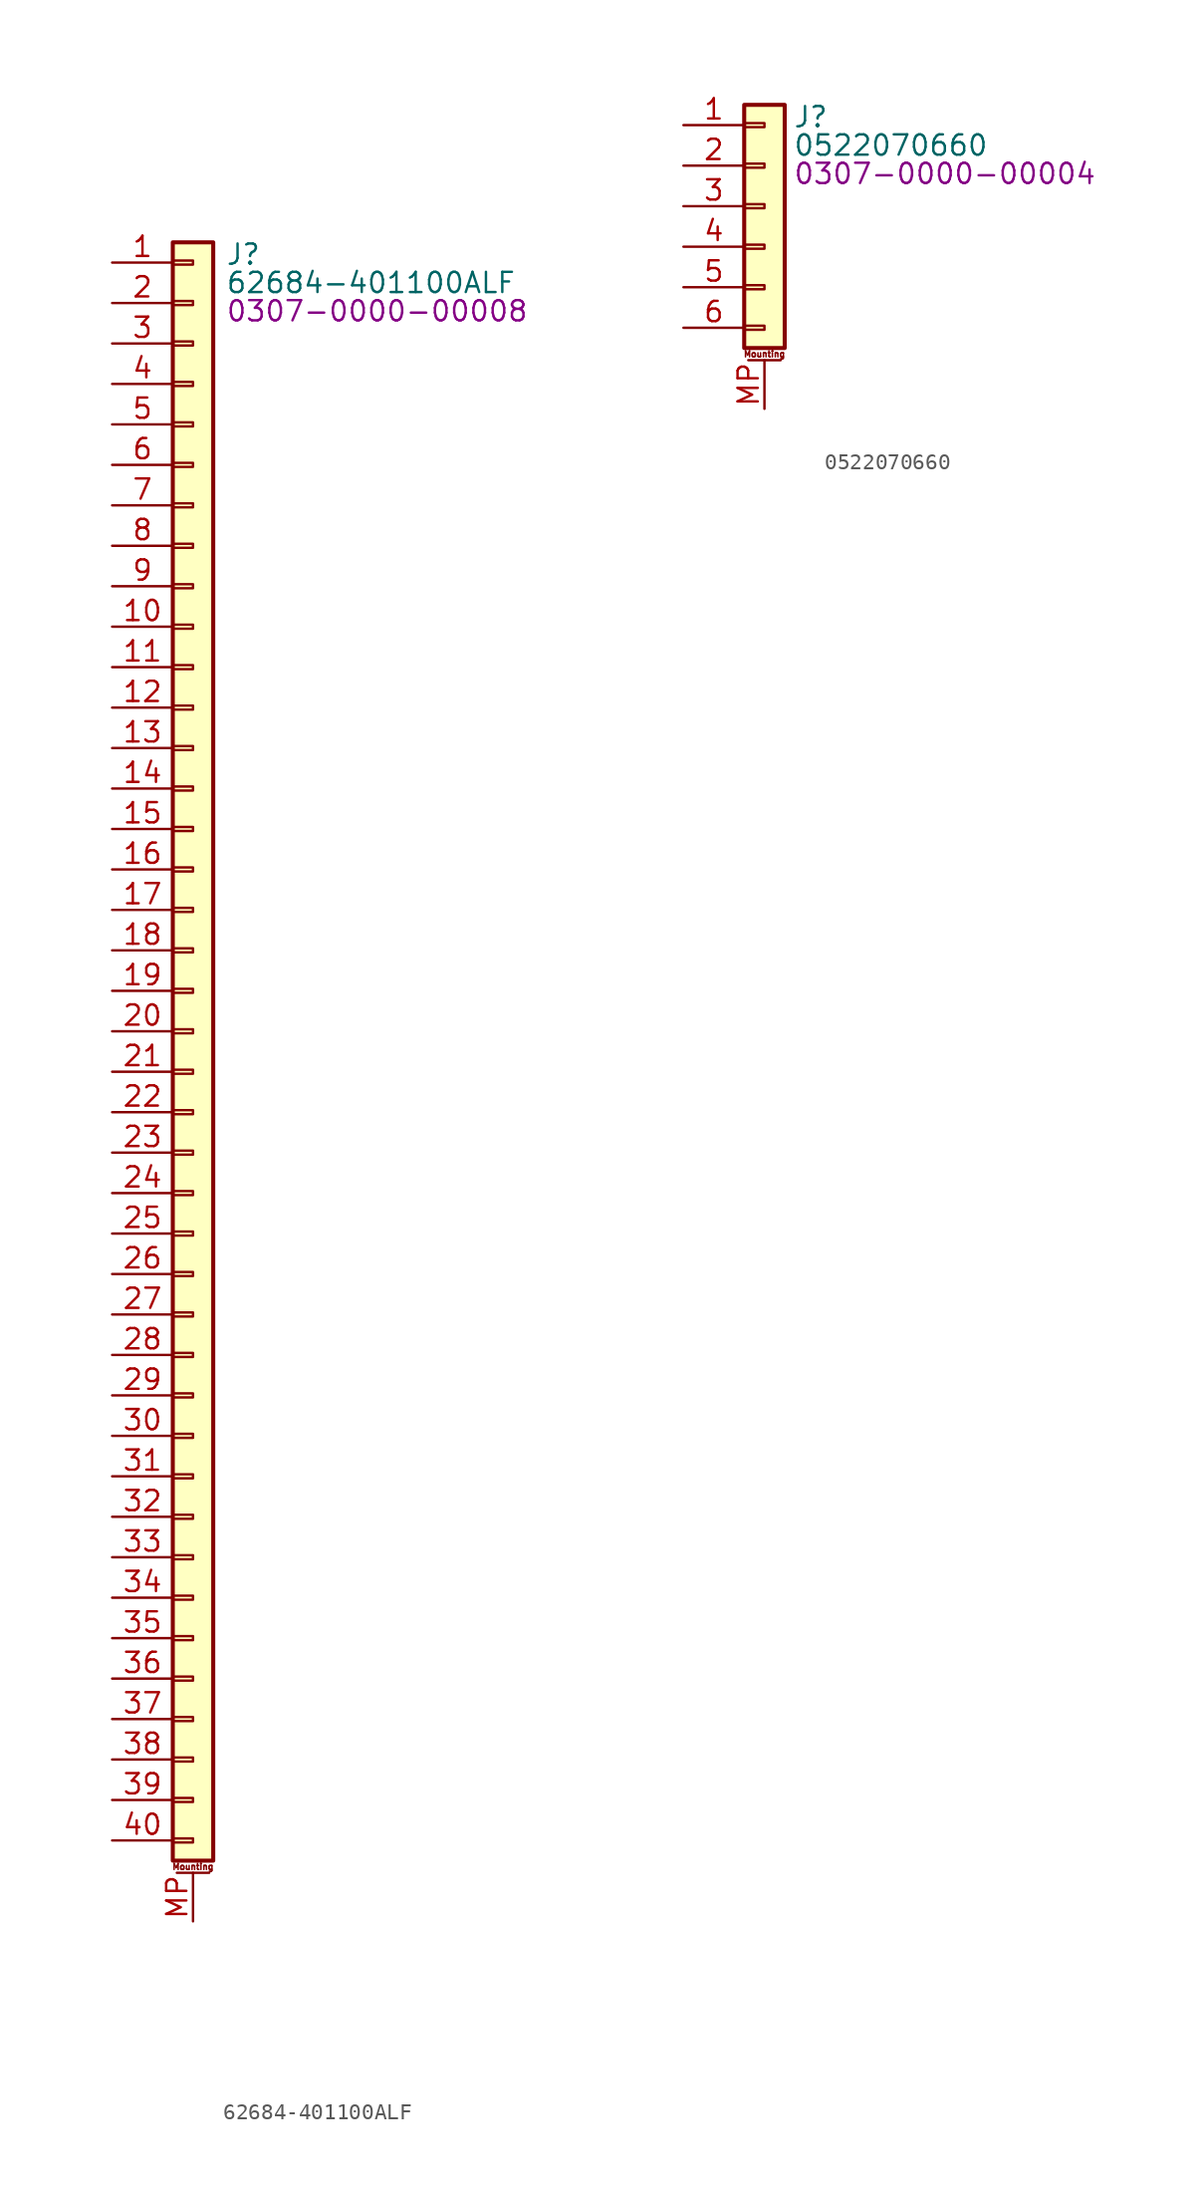
<source format=kicad_sym>
(kicad_symbol_lib
  (version 20231120)
  (generator "kicad_symbol_editor")
  (generator_version "8.0")
  (symbol "62684-401100ALF"
    (pin_names hide)
    (property "Reference" "J"
      (at 2.032 -2.032 0)
      (effects (font (size 1.27 1.27)) (justify left)))
    (property "Value" "62684-401100ALF"
      (at 2.032 -3.81 0)
      (effects (font (size 1.27 1.27)) (justify left)))
    (property "PartNumber" "0307-0000-00008"
      (at 2.032 -5.588 0)
      (effects (font (size 1.27 1.27)) (justify left)))
    (symbol "62684-401100ALF_1_1"
      (rectangle (start -1.27 -101.473) (end 0 -101.727) (stroke (width 0.152) (type default)) (fill (type none)))
      (rectangle (start -1.27 -98.933) (end 0 -99.187) (stroke (width 0.152) (type default)) (fill (type none)))
      (rectangle (start -1.27 -96.393) (end 0 -96.647) (stroke (width 0.152) (type default)) (fill (type none)))
      (rectangle (start -1.27 -93.853) (end 0 -94.107) (stroke (width 0.152) (type default)) (fill (type none)))
      (rectangle (start -1.27 -91.313) (end 0 -91.567) (stroke (width 0.152) (type default)) (fill (type none)))
      (rectangle (start -1.27 -88.773) (end 0 -89.027) (stroke (width 0.152) (type default)) (fill (type none)))
      (rectangle (start -1.27 -86.233) (end 0 -86.487) (stroke (width 0.152) (type default)) (fill (type none)))
      (rectangle (start -1.27 -83.693) (end 0 -83.947) (stroke (width 0.152) (type default)) (fill (type none)))
      (rectangle (start -1.27 -81.153) (end 0 -81.407) (stroke (width 0.152) (type default)) (fill (type none)))
      (rectangle (start -1.27 -78.613) (end 0 -78.867) (stroke (width 0.152) (type default)) (fill (type none)))
      (rectangle (start -1.27 -76.073) (end 0 -76.327) (stroke (width 0.152) (type default)) (fill (type none)))
      (rectangle (start -1.27 -73.533) (end 0 -73.787) (stroke (width 0.152) (type default)) (fill (type none)))
      (rectangle (start -1.27 -70.993) (end 0 -71.247) (stroke (width 0.152) (type default)) (fill (type none)))
      (rectangle (start -1.27 -68.453) (end 0 -68.707) (stroke (width 0.152) (type default)) (fill (type none)))
      (rectangle (start -1.27 -65.913) (end 0 -66.167) (stroke (width 0.152) (type default)) (fill (type none)))
      (rectangle (start -1.27 -63.373) (end 0 -63.627) (stroke (width 0.152) (type default)) (fill (type none)))
      (rectangle (start -1.27 -60.833) (end 0 -61.087) (stroke (width 0.152) (type default)) (fill (type none)))
      (rectangle (start -1.27 -58.293) (end 0 -58.547) (stroke (width 0.152) (type default)) (fill (type none)))
      (rectangle (start -1.27 -55.753) (end 0 -56.007) (stroke (width 0.152) (type default)) (fill (type none)))
      (rectangle (start -1.27 -53.213) (end 0 -53.467) (stroke (width 0.152) (type default)) (fill (type none)))
      (rectangle (start -1.27 -50.673) (end 0 -50.927) (stroke (width 0.152) (type default)) (fill (type none)))
      (rectangle (start -1.27 -48.133) (end 0 -48.387) (stroke (width 0.152) (type default)) (fill (type none)))
      (rectangle (start -1.27 -45.593) (end 0 -45.847) (stroke (width 0.152) (type default)) (fill (type none)))
      (rectangle (start -1.27 -43.053) (end 0 -43.307) (stroke (width 0.152) (type default)) (fill (type none)))
      (rectangle (start -1.27 -40.513) (end 0 -40.767) (stroke (width 0.152) (type default)) (fill (type none)))
      (rectangle (start -1.27 -37.973) (end 0 -38.227) (stroke (width 0.152) (type default)) (fill (type none)))
      (rectangle (start -1.27 -35.433) (end 0 -35.687) (stroke (width 0.152) (type default)) (fill (type none)))
      (rectangle (start -1.27 -32.893) (end 0 -33.147) (stroke (width 0.152) (type default)) (fill (type none)))
      (rectangle (start -1.27 -30.353) (end 0 -30.607) (stroke (width 0.152) (type default)) (fill (type none)))
      (rectangle (start -1.27 -27.813) (end 0 -28.067) (stroke (width 0.152) (type default)) (fill (type none)))
      (rectangle (start -1.27 -25.273) (end 0 -25.527) (stroke (width 0.152) (type default)) (fill (type none)))
      (rectangle (start -1.27 -22.733) (end 0 -22.987) (stroke (width 0.152) (type default)) (fill (type none)))
      (rectangle (start -1.27 -20.193) (end 0 -20.447) (stroke (width 0.152) (type default)) (fill (type none)))
      (rectangle (start -1.27 -17.653) (end 0 -17.907) (stroke (width 0.152) (type default)) (fill (type none)))
      (rectangle (start -1.27 -15.113) (end 0 -15.367) (stroke (width 0.152) (type default)) (fill (type none)))
      (rectangle (start -1.27 -12.573) (end 0 -12.827) (stroke (width 0.152) (type default)) (fill (type none)))
      (rectangle (start -1.27 -10.033) (end 0 -10.287) (stroke (width 0.152) (type default)) (fill (type none)))
      (rectangle (start -1.27 -7.493) (end 0 -7.747) (stroke (width 0.152) (type default)) (fill (type none)))
      (rectangle (start -1.27 -4.953) (end 0 -5.207) (stroke (width 0.152) (type default)) (fill (type none)))
      (rectangle (start -1.27 -2.413) (end 0 -2.667) (stroke (width 0.152) (type default)) (fill (type none)))
      (rectangle (start -1.27 -1.27) (end 1.27 -102.87) (stroke (width 0.254) (type default)) (fill (type background)))
      (polyline (pts (xy -1.016 -103.632) (xy 1.016 -103.632)) (stroke (width 0.152) (type default)) (fill (type none)))
      (text "Mounting" (at 0 -103.251 0) (effects (font (size 0.381 0.381))))
      (pin passive line (at -5.08 -2.54 0) (length 3.81) (name "Pin_1" (effects (font (size 1.27 1.27)))) (number "1" (effects (font (size 1.27 1.27)))))
      (pin passive line (at -5.08 -25.4 0) (length 3.81) (name "Pin_10" (effects (font (size 1.27 1.27)))) (number "10" (effects (font (size 1.27 1.27)))))
      (pin passive line (at -5.08 -27.94 0) (length 3.81) (name "Pin_11" (effects (font (size 1.27 1.27)))) (number "11" (effects (font (size 1.27 1.27)))))
      (pin passive line (at -5.08 -30.48 0) (length 3.81) (name "Pin_12" (effects (font (size 1.27 1.27)))) (number "12" (effects (font (size 1.27 1.27)))))
      (pin passive line (at -5.08 -33.02 0) (length 3.81) (name "Pin_13" (effects (font (size 1.27 1.27)))) (number "13" (effects (font (size 1.27 1.27)))))
      (pin passive line (at -5.08 -35.56 0) (length 3.81) (name "Pin_14" (effects (font (size 1.27 1.27)))) (number "14" (effects (font (size 1.27 1.27)))))
      (pin passive line (at -5.08 -38.1 0) (length 3.81) (name "Pin_15" (effects (font (size 1.27 1.27)))) (number "15" (effects (font (size 1.27 1.27)))))
      (pin passive line (at -5.08 -40.64 0) (length 3.81) (name "Pin_16" (effects (font (size 1.27 1.27)))) (number "16" (effects (font (size 1.27 1.27)))))
      (pin passive line (at -5.08 -43.18 0) (length 3.81) (name "Pin_17" (effects (font (size 1.27 1.27)))) (number "17" (effects (font (size 1.27 1.27)))))
      (pin passive line (at -5.08 -45.72 0) (length 3.81) (name "Pin_18" (effects (font (size 1.27 1.27)))) (number "18" (effects (font (size 1.27 1.27)))))
      (pin passive line (at -5.08 -48.26 0) (length 3.81) (name "Pin_19" (effects (font (size 1.27 1.27)))) (number "19" (effects (font (size 1.27 1.27)))))
      (pin passive line (at -5.08 -5.08 0) (length 3.81) (name "Pin_2" (effects (font (size 1.27 1.27)))) (number "2" (effects (font (size 1.27 1.27)))))
      (pin passive line (at -5.08 -50.8 0) (length 3.81) (name "Pin_20" (effects (font (size 1.27 1.27)))) (number "20" (effects (font (size 1.27 1.27)))))
      (pin passive line (at -5.08 -53.34 0) (length 3.81) (name "Pin_21" (effects (font (size 1.27 1.27)))) (number "21" (effects (font (size 1.27 1.27)))))
      (pin passive line (at -5.08 -55.88 0) (length 3.81) (name "Pin_22" (effects (font (size 1.27 1.27)))) (number "22" (effects (font (size 1.27 1.27)))))
      (pin passive line (at -5.08 -58.42 0) (length 3.81) (name "Pin_23" (effects (font (size 1.27 1.27)))) (number "23" (effects (font (size 1.27 1.27)))))
      (pin passive line (at -5.08 -60.96 0) (length 3.81) (name "Pin_24" (effects (font (size 1.27 1.27)))) (number "24" (effects (font (size 1.27 1.27)))))
      (pin passive line (at -5.08 -63.5 0) (length 3.81) (name "Pin_25" (effects (font (size 1.27 1.27)))) (number "25" (effects (font (size 1.27 1.27)))))
      (pin passive line (at -5.08 -66.04 0) (length 3.81) (name "Pin_26" (effects (font (size 1.27 1.27)))) (number "26" (effects (font (size 1.27 1.27)))))
      (pin passive line (at -5.08 -68.58 0) (length 3.81) (name "Pin_27" (effects (font (size 1.27 1.27)))) (number "27" (effects (font (size 1.27 1.27)))))
      (pin passive line (at -5.08 -71.12 0) (length 3.81) (name "Pin_28" (effects (font (size 1.27 1.27)))) (number "28" (effects (font (size 1.27 1.27)))))
      (pin passive line (at -5.08 -73.66 0) (length 3.81) (name "Pin_29" (effects (font (size 1.27 1.27)))) (number "29" (effects (font (size 1.27 1.27)))))
      (pin passive line (at -5.08 -7.62 0) (length 3.81) (name "Pin_3" (effects (font (size 1.27 1.27)))) (number "3" (effects (font (size 1.27 1.27)))))
      (pin passive line (at -5.08 -76.2 0) (length 3.81) (name "Pin_30" (effects (font (size 1.27 1.27)))) (number "30" (effects (font (size 1.27 1.27)))))
      (pin passive line (at -5.08 -78.74 0) (length 3.81) (name "Pin_31" (effects (font (size 1.27 1.27)))) (number "31" (effects (font (size 1.27 1.27)))))
      (pin passive line (at -5.08 -81.28 0) (length 3.81) (name "Pin_32" (effects (font (size 1.27 1.27)))) (number "32" (effects (font (size 1.27 1.27)))))
      (pin passive line (at -5.08 -83.82 0) (length 3.81) (name "Pin_33" (effects (font (size 1.27 1.27)))) (number "33" (effects (font (size 1.27 1.27)))))
      (pin passive line (at -5.08 -86.36 0) (length 3.81) (name "Pin_34" (effects (font (size 1.27 1.27)))) (number "34" (effects (font (size 1.27 1.27)))))
      (pin passive line (at -5.08 -88.9 0) (length 3.81) (name "Pin_35" (effects (font (size 1.27 1.27)))) (number "35" (effects (font (size 1.27 1.27)))))
      (pin passive line (at -5.08 -91.44 0) (length 3.81) (name "Pin_36" (effects (font (size 1.27 1.27)))) (number "36" (effects (font (size 1.27 1.27)))))
      (pin passive line (at -5.08 -93.98 0) (length 3.81) (name "Pin_37" (effects (font (size 1.27 1.27)))) (number "37" (effects (font (size 1.27 1.27)))))
      (pin passive line (at -5.08 -96.52 0) (length 3.81) (name "Pin_38" (effects (font (size 1.27 1.27)))) (number "38" (effects (font (size 1.27 1.27)))))
      (pin passive line (at -5.08 -99.06 0) (length 3.81) (name "Pin_39" (effects (font (size 1.27 1.27)))) (number "39" (effects (font (size 1.27 1.27)))))
      (pin passive line (at -5.08 -10.16 0) (length 3.81) (name "Pin_4" (effects (font (size 1.27 1.27)))) (number "4" (effects (font (size 1.27 1.27)))))
      (pin passive line (at -5.08 -101.6 0) (length 3.81) (name "Pin_40" (effects (font (size 1.27 1.27)))) (number "40" (effects (font (size 1.27 1.27)))))
      (pin passive line (at -5.08 -12.7 0) (length 3.81) (name "Pin_5" (effects (font (size 1.27 1.27)))) (number "5" (effects (font (size 1.27 1.27)))))
      (pin passive line (at -5.08 -15.24 0) (length 3.81) (name "Pin_6" (effects (font (size 1.27 1.27)))) (number "6" (effects (font (size 1.27 1.27)))))
      (pin passive line (at -5.08 -17.78 0) (length 3.81) (name "Pin_7" (effects (font (size 1.27 1.27)))) (number "7" (effects (font (size 1.27 1.27)))))
      (pin passive line (at -5.08 -20.32 0) (length 3.81) (name "Pin_8" (effects (font (size 1.27 1.27)))) (number "8" (effects (font (size 1.27 1.27)))))
      (pin passive line (at -5.08 -22.86 0) (length 3.81) (name "Pin_9" (effects (font (size 1.27 1.27)))) (number "9" (effects (font (size 1.27 1.27)))))
      (pin passive line (at 0 -106.68 90) (length 3.048) (name "MountPin" (effects (font (size 1.27 1.27)))) (number "MP" (effects (font (size 1.27 1.27)))))))
  (symbol "0522070660"
    (pin_names hide)
    (property "Reference" "J"
      (at 1.778 -2.032 0)
      (effects (font (size 1.27 1.27)) (justify left)))
    (property "Value" "0522070660"
      (at 1.778 -3.81 0)
      (effects (font (size 1.27 1.27)) (justify left)))
    (property "PartNumber" "0307-0000-00004"
      (at 1.778 -5.588 0)
      (effects (font (size 1.27 1.27)) (justify left)))
    (symbol "0522070660_1_1"
      (rectangle (start -1.27 -15.113) (end 0 -15.367) (stroke (width 0.152) (type default)) (fill (type none)))
      (rectangle (start -1.27 -12.573) (end 0 -12.827) (stroke (width 0.152) (type default)) (fill (type none)))
      (rectangle (start -1.27 -10.033) (end 0 -10.287) (stroke (width 0.152) (type default)) (fill (type none)))
      (rectangle (start -1.27 -7.493) (end 0 -7.747) (stroke (width 0.152) (type default)) (fill (type none)))
      (rectangle (start -1.27 -4.953) (end 0 -5.207) (stroke (width 0.152) (type default)) (fill (type none)))
      (rectangle (start -1.27 -2.413) (end 0 -2.667) (stroke (width 0.152) (type default)) (fill (type none)))
      (rectangle (start -1.27 -1.27) (end 1.27 -16.51) (stroke (width 0.254) (type default)) (fill (type background)))
      (polyline (pts (xy -1.016 -17.272) (xy 1.016 -17.272)) (stroke (width 0.152) (type default)) (fill (type none)))
      (text "Mounting" (at 0 -16.891 0) (effects (font (size 0.381 0.381))))
      (pin passive line (at -5.08 -2.54 0) (length 3.81) (name "Pin_1" (effects (font (size 1.27 1.27)))) (number "1" (effects (font (size 1.27 1.27)))))
      (pin passive line (at -5.08 -5.08 0) (length 3.81) (name "Pin_2" (effects (font (size 1.27 1.27)))) (number "2" (effects (font (size 1.27 1.27)))))
      (pin passive line (at -5.08 -7.62 0) (length 3.81) (name "Pin_3" (effects (font (size 1.27 1.27)))) (number "3" (effects (font (size 1.27 1.27)))))
      (pin passive line (at -5.08 -10.16 0) (length 3.81) (name "Pin_4" (effects (font (size 1.27 1.27)))) (number "4" (effects (font (size 1.27 1.27)))))
      (pin passive line (at -5.08 -12.7 0) (length 3.81) (name "Pin_5" (effects (font (size 1.27 1.27)))) (number "5" (effects (font (size 1.27 1.27)))))
      (pin passive line (at -5.08 -15.24 0) (length 3.81) (name "Pin_6" (effects (font (size 1.27 1.27)))) (number "6" (effects (font (size 1.27 1.27)))))
      (pin passive line (at 0 -20.32 90) (length 3.048) (name "MountPin" (effects (font (size 1.27 1.27)))) (number "MP" (effects (font (size 1.27 1.27))))))))
</source>
